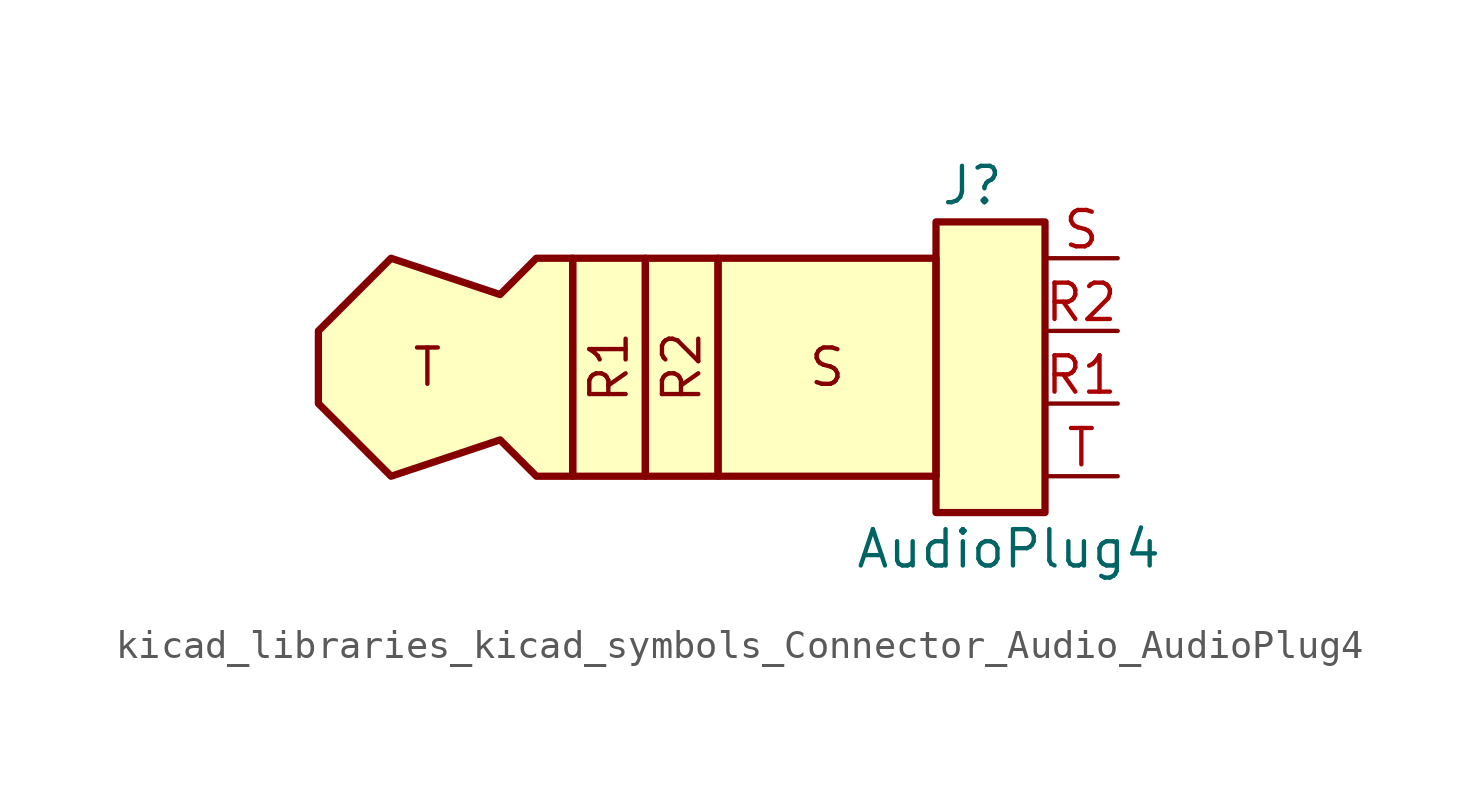
<source format=kicad_sym>
(kicad_symbol_lib
  (version 20220914)
  (generator kicad_symbol_editor)
  (symbol "kicad_libraries_kicad_symbols_Connector_Audio_AudioPlug4"
    (property "Reference" "J"
      (at 10.16 5.08 0)
      (effects (font (size 1.27 1.27))))
    (property "Value" "AudioPlug4"
      (at 11.43 -7.62 0)
      (effects (font (size 1.27 1.27))))
    (symbol "kicad_libraries_kicad_symbols_Connector_Audio_AudioPlug4_0_0"
      (text "R1" (at -2.54 -1.27 900) (effects (font (size 1.27 1.27))))
      (text "R2" (at 0 -1.27 900) (effects (font (size 1.27 1.27))))
      (text "S" (at 5.08 -1.27 0) (effects (font (size 1.27 1.27))))
      (text "T" (at -8.89 -1.27 0) (effects (font (size 1.27 1.27)))))
    (symbol "kicad_libraries_kicad_symbols_Connector_Audio_AudioPlug4_0_1"
      (rectangle (start -1.27 2.54) (end -3.81 -5.08) (stroke (width 0.254) (type default)) (fill (type background)))
      (polyline (pts (xy -3.81 2.54) (xy -5.08 2.54) (xy -6.35 1.27) (xy -10.16 2.54) (xy -12.7 0) (xy -12.7 -2.54) (xy -10.16 -5.08) (xy -6.35 -3.81) (xy -5.08 -5.08) (xy -3.81 -5.08) (xy -3.81 2.54)) (stroke (width 0.254) (type default)) (fill (type background)))
      (rectangle (start 1.27 2.54) (end -1.27 -5.08) (stroke (width 0.254) (type default)) (fill (type background)))
      (rectangle (start 1.27 2.54) (end 8.89 -5.08) (stroke (width 0.254) (type default)) (fill (type background)))
      (rectangle (start 12.7 3.81) (end 8.89 -6.35) (stroke (width 0.254) (type default)) (fill (type background))))
    (symbol "kicad_libraries_kicad_symbols_Connector_Audio_AudioPlug4_1_1"
      (pin passive line (at 15.24 -2.54 180) (length 2.54) (name "~" (effects (font (size 1.27 1.27)))) (number "R1" (effects (font (size 1.27 1.27)))))
      (pin passive line (at 15.24 0 180) (length 2.54) (name "~" (effects (font (size 1.27 1.27)))) (number "R2" (effects (font (size 1.27 1.27)))))
      (pin passive line (at 15.24 2.54 180) (length 2.54) (name "~" (effects (font (size 1.27 1.27)))) (number "S" (effects (font (size 1.27 1.27)))))
      (pin passive line (at 15.24 -5.08 180) (length 2.54) (name "~" (effects (font (size 1.27 1.27)))) (number "T" (effects (font (size 1.27 1.27))))))))
</source>
